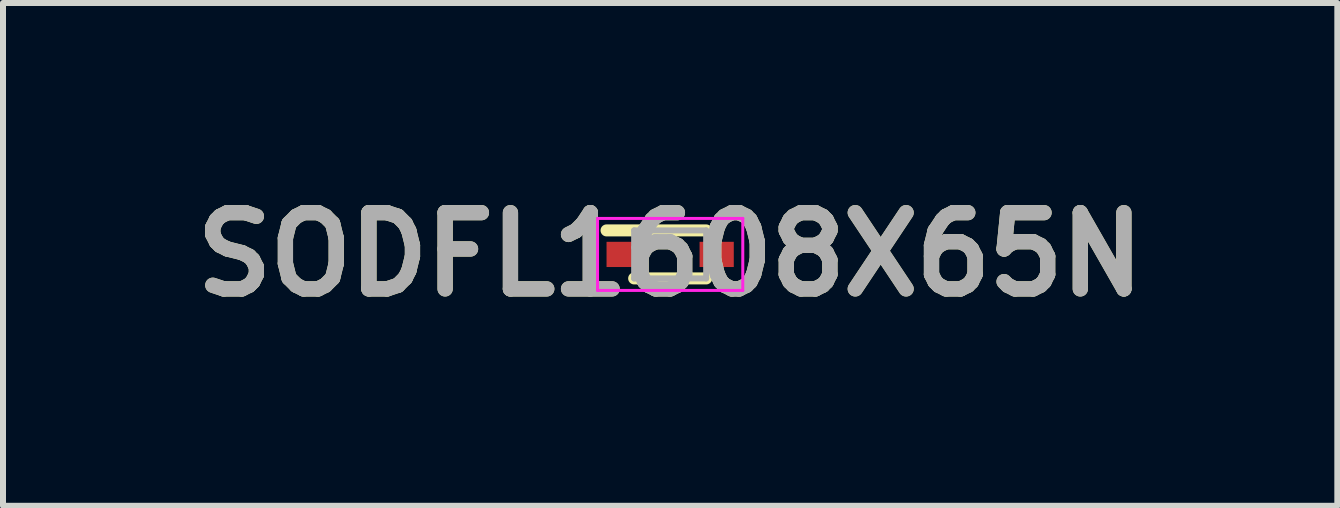
<source format=kicad_pcb>
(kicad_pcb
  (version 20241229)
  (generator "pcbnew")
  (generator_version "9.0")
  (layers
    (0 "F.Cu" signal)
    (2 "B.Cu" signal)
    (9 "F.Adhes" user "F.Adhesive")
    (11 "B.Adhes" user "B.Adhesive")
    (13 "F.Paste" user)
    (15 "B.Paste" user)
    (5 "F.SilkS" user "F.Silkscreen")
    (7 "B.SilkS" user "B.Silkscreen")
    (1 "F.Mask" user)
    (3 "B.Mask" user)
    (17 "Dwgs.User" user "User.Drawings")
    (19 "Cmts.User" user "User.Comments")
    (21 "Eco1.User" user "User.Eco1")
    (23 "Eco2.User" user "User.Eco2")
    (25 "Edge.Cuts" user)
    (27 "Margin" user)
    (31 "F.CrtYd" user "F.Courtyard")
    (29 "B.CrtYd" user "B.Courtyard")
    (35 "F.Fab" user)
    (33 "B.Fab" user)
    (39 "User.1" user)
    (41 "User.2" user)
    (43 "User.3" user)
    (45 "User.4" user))
  (footprint "SODFL1608X65N"
    (layer "F.Cu")
    (at 8.116 1.189)
    (property "Reference" "SODFL1608X65N" (at 0 0 0) (layer "F.SilkS") (effects (font (size 1.27 1.27) (thickness 0.254))))
    (attr smd)
    (fp_line (start -1.06 -0.4) (end 0.6 -0.4) (stroke (width 0.2) (type solid)) (layer "F.SilkS"))
    (fp_line (start -0.6 0.4) (end 0.6 0.4) (stroke (width 0.2) (type solid)) (layer "F.SilkS"))
    (fp_line (start -1.21 -0.6) (end 1.21 -0.6) (stroke (width 0.05) (type solid)) (layer "F.CrtYd"))
    (fp_line (start -1.21 0.6) (end -1.21 -0.6) (stroke (width 0.05) (type solid)) (layer "F.CrtYd"))
    (fp_line (start 1.21 -0.6) (end 1.21 0.6) (stroke (width 0.05) (type solid)) (layer "F.CrtYd"))
    (fp_line (start 1.21 0.6) (end -1.21 0.6) (stroke (width 0.05) (type solid)) (layer "F.CrtYd"))
    (fp_line (start -0.6 -0.4) (end 0.6 -0.4) (stroke (width 0.1) (type solid)) (layer "F.Fab"))
    (fp_line (start -0.6 -0.115) (end -0.315 -0.4) (stroke (width 0.1) (type solid)) (layer "F.Fab"))
    (fp_line (start -0.6 0.4) (end -0.6 -0.4) (stroke (width 0.1) (type solid)) (layer "F.Fab"))
    (fp_line (start 0.6 -0.4) (end 0.6 0.4) (stroke (width 0.1) (type solid)) (layer "F.Fab"))
    (fp_line (start 0.6 0.4) (end -0.6 0.4) (stroke (width 0.1) (type solid)) (layer "F.Fab"))
    (fp_text user "${REFERENCE}" (at 0 0 0) (layer "F.Fab") (effects (font (size 1.27 1.27) (thickness 0.254))))
    (pad "1" smd rect (at -0.775 0 90) (size 0.42 0.57) (layers "F.Cu" "F.Mask" "F.Paste"))
    (pad "2" smd rect (at 0.775 0 90) (size 0.42 0.57) (layers "F.Cu" "F.Mask" "F.Paste")))
  (gr_rect
    (start -3 -3)
    (end 19.232 5.377)
    (stroke (width 0.1) (type default))
    (fill no)
    (layer "Edge.Cuts")))
</source>
